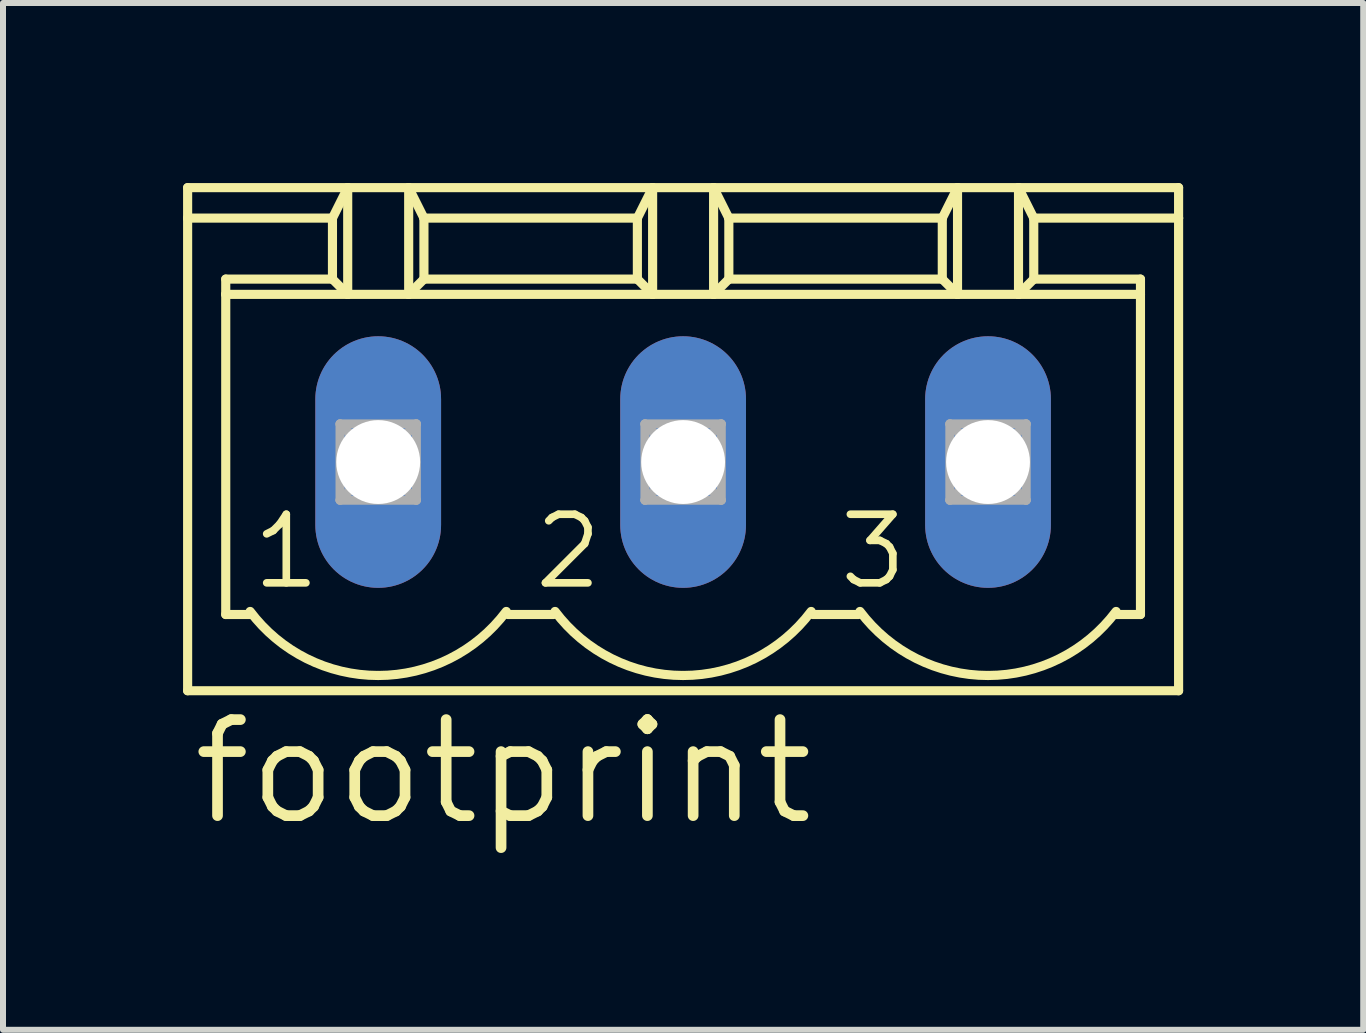
<source format=kicad_pcb>
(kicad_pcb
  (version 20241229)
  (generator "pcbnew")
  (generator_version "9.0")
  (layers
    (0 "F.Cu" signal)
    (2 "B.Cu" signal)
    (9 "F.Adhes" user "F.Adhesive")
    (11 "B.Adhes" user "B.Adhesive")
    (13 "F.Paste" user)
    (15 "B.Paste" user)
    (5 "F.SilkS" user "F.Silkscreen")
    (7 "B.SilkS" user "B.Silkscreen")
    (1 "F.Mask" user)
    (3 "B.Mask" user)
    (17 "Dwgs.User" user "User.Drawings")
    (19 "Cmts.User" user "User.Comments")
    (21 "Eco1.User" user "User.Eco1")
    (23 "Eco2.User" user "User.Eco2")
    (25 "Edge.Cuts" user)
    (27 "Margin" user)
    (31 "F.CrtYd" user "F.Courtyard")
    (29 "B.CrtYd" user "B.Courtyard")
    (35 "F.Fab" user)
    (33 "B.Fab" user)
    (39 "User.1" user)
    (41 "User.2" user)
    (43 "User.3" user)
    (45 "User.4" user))
  (footprint "footprint"
    (layer "F.Cu")
    (at 8.331 4.648)
    (property "Reference" "footprint" (at -8.255 6.096 0) (layer "F.SilkS") (effects (font (size 1.6 1.6) (thickness 0.178)) (justify left bottom)))
    (fp_line (start -8.255 -4.572) (end -8.255 -4.064) (stroke (width 0.152) (type solid)) (layer "F.SilkS"))
    (fp_line (start -8.255 -4.572) (end -5.588 -4.572) (stroke (width 0.152) (type solid)) (layer "F.SilkS"))
    (fp_line (start -8.255 -4.064) (end -8.255 3.81) (stroke (width 0.152) (type solid)) (layer "F.SilkS"))
    (fp_line (start -8.255 -4.064) (end -5.842 -4.064) (stroke (width 0.152) (type solid)) (layer "F.SilkS"))
    (fp_line (start -8.255 3.81) (end 8.255 3.81) (stroke (width 0.152) (type solid)) (layer "F.SilkS"))
    (fp_line (start -7.62 -2.794) (end -7.62 -3.048) (stroke (width 0.152) (type solid)) (layer "F.SilkS"))
    (fp_line (start -7.62 -2.794) (end -5.588 -2.794) (stroke (width 0.152) (type solid)) (layer "F.SilkS"))
    (fp_line (start -7.62 2.54) (end -7.62 -2.794) (stroke (width 0.152) (type solid)) (layer "F.SilkS"))
    (fp_line (start -7.62 2.54) (end -7.188 2.54) (stroke (width 0.152) (type solid)) (layer "F.SilkS"))
    (fp_line (start -5.842 -4.064) (end -5.842 -3.048) (stroke (width 0.152) (type solid)) (layer "F.SilkS"))
    (fp_line (start -5.842 -4.064) (end -5.588 -4.572) (stroke (width 0.152) (type solid)) (layer "F.SilkS"))
    (fp_line (start -5.842 -3.048) (end -7.62 -3.048) (stroke (width 0.152) (type solid)) (layer "F.SilkS"))
    (fp_line (start -5.842 -3.048) (end -5.588 -2.794) (stroke (width 0.152) (type solid)) (layer "F.SilkS"))
    (fp_line (start -5.588 -4.572) (end -4.572 -4.572) (stroke (width 0.152) (type solid)) (layer "F.SilkS"))
    (fp_line (start -5.588 -2.794) (end -5.588 -4.572) (stroke (width 0.152) (type solid)) (layer "F.SilkS"))
    (fp_line (start -5.588 -2.794) (end -4.572 -2.794) (stroke (width 0.152) (type solid)) (layer "F.SilkS"))
    (fp_line (start -4.572 -4.572) (end -4.318 -4.064) (stroke (width 0.152) (type solid)) (layer "F.SilkS"))
    (fp_line (start -4.572 -4.572) (end -0.508 -4.572) (stroke (width 0.152) (type solid)) (layer "F.SilkS"))
    (fp_line (start -4.572 -2.794) (end -4.572 -4.572) (stroke (width 0.152) (type solid)) (layer "F.SilkS"))
    (fp_line (start -4.572 -2.794) (end -0.508 -2.794) (stroke (width 0.152) (type solid)) (layer "F.SilkS"))
    (fp_line (start -4.318 -4.064) (end -4.318 -3.048) (stroke (width 0.152) (type solid)) (layer "F.SilkS"))
    (fp_line (start -4.318 -4.064) (end -0.762 -4.064) (stroke (width 0.152) (type solid)) (layer "F.SilkS"))
    (fp_line (start -4.318 -3.048) (end -4.572 -2.794) (stroke (width 0.152) (type solid)) (layer "F.SilkS"))
    (fp_line (start -2.921 2.54) (end -2.159 2.54) (stroke (width 0.152) (type solid)) (layer "F.SilkS"))
    (fp_line (start -0.762 -4.064) (end -0.762 -3.048) (stroke (width 0.152) (type solid)) (layer "F.SilkS"))
    (fp_line (start -0.762 -4.064) (end -0.508 -4.572) (stroke (width 0.152) (type solid)) (layer "F.SilkS"))
    (fp_line (start -0.762 -3.048) (end -4.318 -3.048) (stroke (width 0.152) (type solid)) (layer "F.SilkS"))
    (fp_line (start -0.762 -3.048) (end -0.508 -2.794) (stroke (width 0.152) (type solid)) (layer "F.SilkS"))
    (fp_line (start -0.508 -4.572) (end 0.508 -4.572) (stroke (width 0.152) (type solid)) (layer "F.SilkS"))
    (fp_line (start -0.508 -2.794) (end -0.508 -4.572) (stroke (width 0.152) (type solid)) (layer "F.SilkS"))
    (fp_line (start -0.508 -2.794) (end 0.508 -2.794) (stroke (width 0.152) (type solid)) (layer "F.SilkS"))
    (fp_line (start 0.508 -4.572) (end 0.762 -4.064) (stroke (width 0.152) (type solid)) (layer "F.SilkS"))
    (fp_line (start 0.508 -4.572) (end 4.572 -4.572) (stroke (width 0.152) (type solid)) (layer "F.SilkS"))
    (fp_line (start 0.508 -2.794) (end 0.508 -4.572) (stroke (width 0.152) (type solid)) (layer "F.SilkS"))
    (fp_line (start 0.508 -2.794) (end 4.572 -2.794) (stroke (width 0.152) (type solid)) (layer "F.SilkS"))
    (fp_line (start 0.762 -4.064) (end 0.762 -3.048) (stroke (width 0.152) (type solid)) (layer "F.SilkS"))
    (fp_line (start 0.762 -4.064) (end 4.318 -4.064) (stroke (width 0.152) (type solid)) (layer "F.SilkS"))
    (fp_line (start 0.762 -3.048) (end 0.508 -2.794) (stroke (width 0.152) (type solid)) (layer "F.SilkS"))
    (fp_line (start 2.159 2.54) (end 2.921 2.54) (stroke (width 0.152) (type solid)) (layer "F.SilkS"))
    (fp_line (start 4.318 -4.064) (end 4.318 -3.048) (stroke (width 0.152) (type solid)) (layer "F.SilkS"))
    (fp_line (start 4.318 -4.064) (end 4.572 -4.572) (stroke (width 0.152) (type solid)) (layer "F.SilkS"))
    (fp_line (start 4.318 -3.048) (end 0.762 -3.048) (stroke (width 0.152) (type solid)) (layer "F.SilkS"))
    (fp_line (start 4.318 -3.048) (end 4.572 -2.794) (stroke (width 0.152) (type solid)) (layer "F.SilkS"))
    (fp_line (start 4.572 -4.572) (end 5.588 -4.572) (stroke (width 0.152) (type solid)) (layer "F.SilkS"))
    (fp_line (start 4.572 -2.794) (end 4.572 -4.572) (stroke (width 0.152) (type solid)) (layer "F.SilkS"))
    (fp_line (start 4.572 -2.794) (end 5.588 -2.794) (stroke (width 0.152) (type solid)) (layer "F.SilkS"))
    (fp_line (start 5.588 -4.572) (end 5.842 -4.064) (stroke (width 0.152) (type solid)) (layer "F.SilkS"))
    (fp_line (start 5.588 -4.572) (end 8.255 -4.572) (stroke (width 0.152) (type solid)) (layer "F.SilkS"))
    (fp_line (start 5.588 -2.794) (end 5.588 -4.572) (stroke (width 0.152) (type solid)) (layer "F.SilkS"))
    (fp_line (start 5.588 -2.794) (end 7.62 -2.794) (stroke (width 0.152) (type solid)) (layer "F.SilkS"))
    (fp_line (start 5.842 -4.064) (end 5.842 -3.048) (stroke (width 0.152) (type solid)) (layer "F.SilkS"))
    (fp_line (start 5.842 -4.064) (end 8.255 -4.064) (stroke (width 0.152) (type solid)) (layer "F.SilkS"))
    (fp_line (start 5.842 -3.048) (end 5.588 -2.794) (stroke (width 0.152) (type solid)) (layer "F.SilkS"))
    (fp_line (start 5.842 -3.048) (end 7.62 -3.048) (stroke (width 0.152) (type solid)) (layer "F.SilkS"))
    (fp_line (start 7.188 2.54) (end 7.62 2.54) (stroke (width 0.152) (type solid)) (layer "F.SilkS"))
    (fp_line (start 7.62 -3.048) (end 7.62 -2.794) (stroke (width 0.152) (type solid)) (layer "F.SilkS"))
    (fp_line (start 7.62 -2.794) (end 7.62 2.54) (stroke (width 0.152) (type solid)) (layer "F.SilkS"))
    (fp_line (start 8.255 -4.064) (end 8.255 -4.572) (stroke (width 0.152) (type solid)) (layer "F.SilkS"))
    (fp_line (start 8.255 3.81) (end 8.255 -4.064) (stroke (width 0.152) (type solid)) (layer "F.SilkS"))
    (fp_arc (start -5.079999 3.556) (mid -6.272718 3.274437) (end -7.2136 2.4892) (stroke (width 0.1524) (type solid)) (layer "F.SilkS"))
    (fp_arc (start -2.946399 2.4892) (mid -3.887281 3.274438) (end -5.08 3.556) (stroke (width 0.1524) (type solid)) (layer "F.SilkS"))
    (fp_arc (start 0.000001 3.556) (mid -1.192718 3.274438) (end -2.1336 2.4892) (stroke (width 0.1524) (type solid)) (layer "F.SilkS"))
    (fp_arc (start 2.133601 2.4892) (mid 1.192719 3.274438) (end 0 3.556) (stroke (width 0.1524) (type solid)) (layer "F.SilkS"))
    (fp_arc (start 5.080001 3.556) (mid 3.887282 3.274438) (end 2.9464 2.4892) (stroke (width 0.1524) (type solid)) (layer "F.SilkS"))
    (fp_arc (start 7.2136 2.489199) (mid 6.272719 3.274437) (end 5.08 3.556) (stroke (width 0.1524) (type solid)) (layer "F.SilkS"))
    (fp_line (start -5.715 -0.635) (end -5.715 0.635) (stroke (width 0.152) (type solid)) (layer "F.Fab"))
    (fp_line (start -5.715 -0.635) (end -4.445 0.635) (stroke (width 0.152) (type solid)) (layer "F.Fab"))
    (fp_line (start -5.715 0.635) (end -4.445 -0.635) (stroke (width 0.152) (type solid)) (layer "F.Fab"))
    (fp_line (start -5.715 0.635) (end -4.445 0.635) (stroke (width 0.152) (type solid)) (layer "F.Fab"))
    (fp_line (start -4.445 -0.635) (end -5.715 -0.635) (stroke (width 0.152) (type solid)) (layer "F.Fab"))
    (fp_line (start -4.445 0.635) (end -4.445 -0.635) (stroke (width 0.152) (type solid)) (layer "F.Fab"))
    (fp_line (start -0.635 -0.635) (end -0.635 0.635) (stroke (width 0.152) (type solid)) (layer "F.Fab"))
    (fp_line (start -0.635 -0.635) (end 0.635 0.635) (stroke (width 0.152) (type solid)) (layer "F.Fab"))
    (fp_line (start -0.635 0.635) (end 0.635 -0.635) (stroke (width 0.152) (type solid)) (layer "F.Fab"))
    (fp_line (start -0.635 0.635) (end 0.635 0.635) (stroke (width 0.152) (type solid)) (layer "F.Fab"))
    (fp_line (start 0.635 -0.635) (end -0.635 -0.635) (stroke (width 0.152) (type solid)) (layer "F.Fab"))
    (fp_line (start 0.635 0.635) (end 0.635 -0.635) (stroke (width 0.152) (type solid)) (layer "F.Fab"))
    (fp_line (start 4.445 -0.635) (end 4.445 0.635) (stroke (width 0.152) (type solid)) (layer "F.Fab"))
    (fp_line (start 4.445 -0.635) (end 5.715 0.635) (stroke (width 0.152) (type solid)) (layer "F.Fab"))
    (fp_line (start 4.445 0.635) (end 5.715 -0.635) (stroke (width 0.152) (type solid)) (layer "F.Fab"))
    (fp_line (start 4.445 0.635) (end 5.715 0.635) (stroke (width 0.152) (type solid)) (layer "F.Fab"))
    (fp_line (start 5.715 -0.635) (end 4.445 -0.635) (stroke (width 0.152) (type solid)) (layer "F.Fab"))
    (fp_line (start 5.715 0.635) (end 5.715 -0.635) (stroke (width 0.152) (type solid)) (layer "F.Fab"))
    (fp_text user "1" (at -7.239 2.159 0) (layer "F.SilkS") (effects (font (size 1.143 1.143) (thickness 0.127)) (justify left bottom)))
    (fp_text user "2" (at -2.54 2.159 0) (layer "F.SilkS") (effects (font (size 1.143 1.143) (thickness 0.127)) (justify left bottom)))
    (fp_text user "3" (at 2.54 2.159 0) (layer "F.SilkS") (effects (font (size 1.143 1.143) (thickness 0.127)) (justify left bottom)))
    (pad "1" thru_hole oval (at -5.08 0 90) (size 4.191 2.095) (drill 1.397) (layers "*.Cu" "*.Mask"))
    (pad "2" thru_hole oval (at 0 0 90) (size 4.191 2.095) (drill 1.397) (layers "*.Cu" "*.Mask"))
    (pad "3" thru_hole oval (at 5.08 0 90) (size 4.191 2.095) (drill 1.397) (layers "*.Cu" "*.Mask")))
  (gr_rect
    (start -3 -3)
    (end 19.662 14.107)
    (stroke (width 0.1) (type default))
    (fill no)
    (layer "Edge.Cuts")))
</source>
